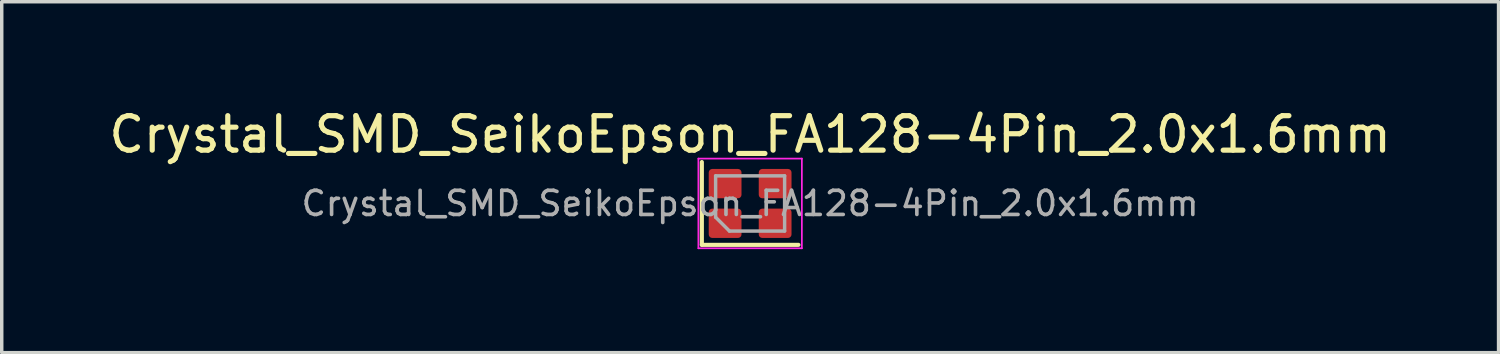
<source format=kicad_pcb>
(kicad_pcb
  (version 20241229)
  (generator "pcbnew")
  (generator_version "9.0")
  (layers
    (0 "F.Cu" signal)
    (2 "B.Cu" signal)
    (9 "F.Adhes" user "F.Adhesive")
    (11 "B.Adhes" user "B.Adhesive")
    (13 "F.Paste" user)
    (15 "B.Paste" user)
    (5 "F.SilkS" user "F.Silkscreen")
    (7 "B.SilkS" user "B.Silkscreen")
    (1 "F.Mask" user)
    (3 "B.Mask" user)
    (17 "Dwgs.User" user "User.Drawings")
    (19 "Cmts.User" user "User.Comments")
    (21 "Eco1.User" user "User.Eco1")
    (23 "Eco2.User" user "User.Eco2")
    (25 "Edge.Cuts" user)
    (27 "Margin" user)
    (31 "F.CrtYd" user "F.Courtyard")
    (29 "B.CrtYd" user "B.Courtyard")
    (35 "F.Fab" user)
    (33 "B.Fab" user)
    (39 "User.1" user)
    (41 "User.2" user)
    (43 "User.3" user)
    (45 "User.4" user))
  (footprint "Crystal_SMD_SeikoEpson_FA128-4Pin_2.0x1.6mm"
    (layer "F.Cu")
    (at 18.696 2.848)
    (property "Reference" "Crystal_SMD_SeikoEpson_FA128-4Pin_2.0x1.6mm" (at 0 -2 0) (layer "F.SilkS") (effects (font (size 1 1) (thickness 0.15))))
    (attr smd)
    (fp_line (start -1.4 -1.2) (end -1.4 1.2) (stroke (width 0.12) (type solid)) (layer "F.SilkS"))
    (fp_line (start -1.4 1.2) (end 1.4 1.2) (stroke (width 0.12) (type solid)) (layer "F.SilkS"))
    (fp_line (start -1.5 -1.3) (end -1.5 1.3) (stroke (width 0.05) (type solid)) (layer "F.CrtYd"))
    (fp_line (start -1.5 1.3) (end 1.5 1.3) (stroke (width 0.05) (type solid)) (layer "F.CrtYd"))
    (fp_line (start 1.5 -1.3) (end -1.5 -1.3) (stroke (width 0.05) (type solid)) (layer "F.CrtYd"))
    (fp_line (start 1.5 1.3) (end 1.5 -1.3) (stroke (width 0.05) (type solid)) (layer "F.CrtYd"))
    (fp_line (start -1 -0.8) (end 1 -0.8) (stroke (width 0.1) (type solid)) (layer "F.Fab"))
    (fp_line (start -1 0.4) (end -1 -0.8) (stroke (width 0.1) (type solid)) (layer "F.Fab"))
    (fp_line (start -1 0.4) (end -0.6 0.8) (stroke (width 0.1) (type solid)) (layer "F.Fab"))
    (fp_line (start 1 -0.8) (end 1 0.8) (stroke (width 0.1) (type solid)) (layer "F.Fab"))
    (fp_line (start 1 0.8) (end -0.6 0.8) (stroke (width 0.1) (type solid)) (layer "F.Fab"))
    (fp_text user "${REFERENCE}" (at 0 0 0) (layer "F.Fab") (effects (font (size 0.7 0.7) (thickness 0.105))))
    (pad "1" smd roundrect (at -0.725 0.575) (size 0.95 0.85) (layers "F.Cu" "F.Mask" "F.Paste") (roundrect_rratio 0.12))
    (pad "2" smd roundrect (at 0.725 0.575) (size 0.95 0.85) (layers "F.Cu" "F.Mask" "F.Paste") (roundrect_rratio 0.12))
    (pad "3" smd roundrect (at 0.725 -0.575) (size 0.95 0.85) (layers "F.Cu" "F.Mask" "F.Paste") (roundrect_rratio 0.12))
    (pad "4" smd roundrect (at -0.725 -0.575) (size 0.95 0.85) (layers "F.Cu" "F.Mask" "F.Paste") (roundrect_rratio 0.12)))
  (gr_rect
    (start -3 -3)
    (end 40.393 7.173)
    (stroke (width 0.1) (type default))
    (fill no)
    (layer "Edge.Cuts")))
</source>
